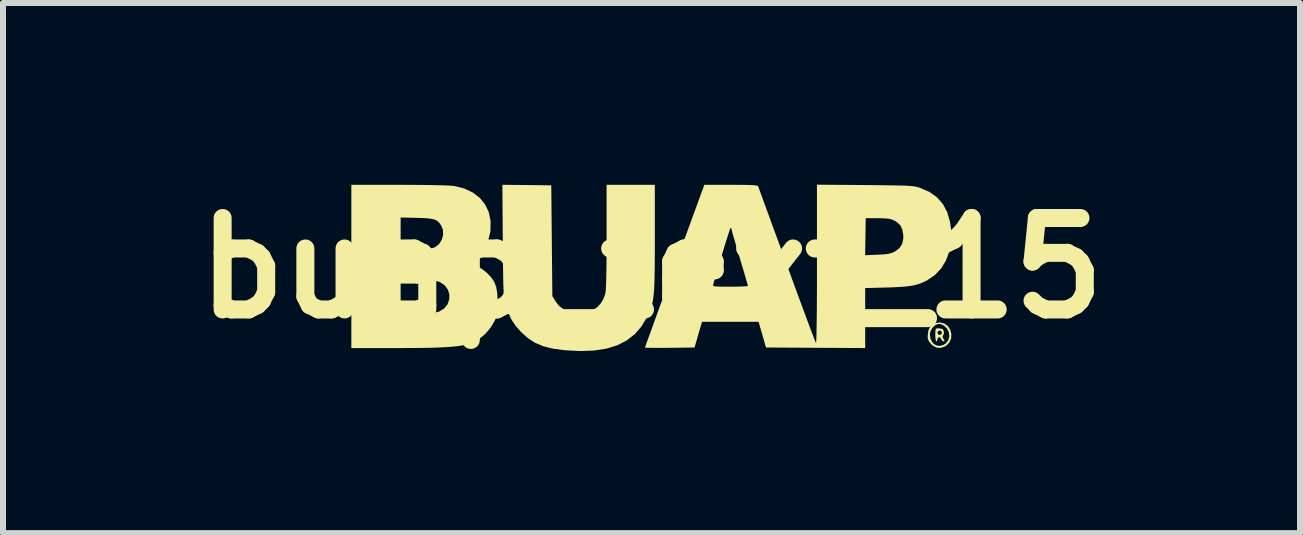
<source format=kicad_pcb>
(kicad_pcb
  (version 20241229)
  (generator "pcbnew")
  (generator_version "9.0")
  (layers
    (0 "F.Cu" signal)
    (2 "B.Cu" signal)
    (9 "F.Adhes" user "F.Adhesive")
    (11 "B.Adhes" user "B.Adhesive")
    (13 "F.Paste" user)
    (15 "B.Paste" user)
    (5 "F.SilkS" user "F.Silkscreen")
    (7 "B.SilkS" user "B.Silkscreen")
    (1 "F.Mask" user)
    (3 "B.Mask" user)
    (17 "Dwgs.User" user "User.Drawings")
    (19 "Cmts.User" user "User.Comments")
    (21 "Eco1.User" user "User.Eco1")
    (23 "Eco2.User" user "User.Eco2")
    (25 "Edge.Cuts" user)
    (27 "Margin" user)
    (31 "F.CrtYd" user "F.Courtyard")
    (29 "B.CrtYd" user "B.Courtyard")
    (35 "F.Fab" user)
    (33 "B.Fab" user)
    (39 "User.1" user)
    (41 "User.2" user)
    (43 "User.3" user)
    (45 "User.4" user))
  (footprint "buap_text_15"
    (layer "F.Cu")
    (at 7.809 1.418)
    (property "Reference" "buap_text_15" (at 0 0 0) (layer "F.SilkS") (effects (font (size 1.524 1.524) (thickness 0.3))))
    (attr board_only exclude_from_pos_files exclude_from_bom)
    (fp_poly (pts (xy 4.821 1.009) (xy 4.847 1.015) (xy 4.868 1.04) (xy 4.875 1.08) (xy 4.865 1.115) (xy 4.856 1.124) (xy 4.85 1.147) (xy 4.866 1.179) (xy 4.884 1.211) (xy 4.879 1.222) (xy 4.868 1.223) (xy 4.842 1.208) (xy 4.83 1.187) (xy 4.81 1.157) (xy 4.792 1.15) (xy 4.771 1.166) (xy 4.766 1.187) (xy 4.758 1.217) (xy 4.748 1.223) (xy 4.738 1.207) (xy 4.731 1.163) (xy 4.729 1.114) (xy 4.73 1.077) (xy 4.766 1.077) (xy 4.779 1.108) (xy 4.802 1.114) (xy 4.833 1.101) (xy 4.839 1.077) (xy 4.826 1.047) (xy 4.802 1.041) (xy 4.772 1.054) (xy 4.766 1.077) (xy 4.73 1.077) (xy 4.73 1.053) (xy 4.736 1.02) (xy 4.749 1.007) (xy 4.773 1.004) (xy 4.774 1.004)) (stroke (width 0) (type solid)) (fill yes) (layer "F.SilkS"))
    (fp_poly (pts (xy 4.807 0.907) (xy 4.881 0.924) (xy 4.939 0.967) (xy 4.978 1.028) (xy 4.997 1.1) (xy 4.994 1.173) (xy 4.965 1.24) (xy 4.911 1.294) (xy 4.906 1.298) (xy 4.826 1.33) (xy 4.751 1.327) (xy 4.681 1.287) (xy 4.664 1.271) (xy 4.623 1.222) (xy 4.605 1.176) (xy 4.602 1.135) (xy 4.606 1.105) (xy 4.638 1.105) (xy 4.652 1.187) (xy 4.688 1.249) (xy 4.741 1.287) (xy 4.804 1.298) (xy 4.871 1.278) (xy 4.9 1.259) (xy 4.945 1.203) (xy 4.963 1.137) (xy 4.955 1.068) (xy 4.924 1.006) (xy 4.875 0.958) (xy 4.809 0.933) (xy 4.784 0.931) (xy 4.734 0.947) (xy 4.687 0.989) (xy 4.652 1.045) (xy 4.638 1.104) (xy 4.638 1.105) (xy 4.606 1.105) (xy 4.614 1.038) (xy 4.652 0.967) (xy 4.713 0.922) (xy 4.795 0.906)) (stroke (width 0) (type solid)) (fill yes) (layer "F.SilkS"))
    (fp_poly (pts (xy -2.078 -1.384) (xy -1.671 -1.379) (xy -1.662 -0.455) (xy -1.653 0.469) (xy -1.597 0.558) (xy -1.542 0.63) (xy -1.469 0.684) (xy -1.442 0.699) (xy -1.387 0.726) (xy -1.34 0.741) (xy -1.288 0.747) (xy -1.216 0.746) (xy -1.196 0.746) (xy -1.076 0.733) (xy -0.981 0.703) (xy -0.905 0.652) (xy -0.846 0.588) (xy -0.805 0.52) (xy -0.774 0.441) (xy -0.769 0.42) (xy -0.763 0.375) (xy -0.759 0.296) (xy -0.755 0.182) (xy -0.752 0.036) (xy -0.75 -0.141) (xy -0.749 -0.348) (xy -0.749 -0.53) (xy -0.749 -1.388) (xy 0.055 -1.388) (xy 0.055 -0.501) (xy 0.055 -0.277) (xy 0.054 -0.086) (xy 0.052 0.076) (xy 0.049 0.212) (xy 0.045 0.326) (xy 0.038 0.42) (xy 0.029 0.5) (xy 0.018 0.567) (xy 0.004 0.626) (xy -0.014 0.68) (xy -0.035 0.733) (xy -0.061 0.788) (xy -0.073 0.813) (xy -0.165 0.969) (xy -0.277 1.1) (xy -0.412 1.205) (xy -0.569 1.286) (xy -0.75 1.342) (xy -0.956 1.374) (xy -1.189 1.383) (xy -1.449 1.369) (xy -1.466 1.367) (xy -1.649 1.342) (xy -1.804 1.303) (xy -1.938 1.247) (xy -2.057 1.171) (xy -2.168 1.072) (xy -2.178 1.062) (xy -2.266 0.961) (xy -2.333 0.861) (xy -2.385 0.749) (xy -2.43 0.612) (xy -2.431 0.61) (xy -2.44 0.576) (xy -2.448 0.544) (xy -2.454 0.508) (xy -2.459 0.467) (xy -2.464 0.416) (xy -2.467 0.352) (xy -2.47 0.272) (xy -2.472 0.172) (xy -2.474 0.049) (xy -2.476 -0.101) (xy -2.477 -0.281) (xy -2.479 -0.461) (xy -2.486 -1.388)) (stroke (width 0) (type solid)) (fill yes) (layer "F.SilkS"))
    (fp_poly (pts (xy -4.204 -1.388) (xy -4.022 -1.387) (xy -3.851 -1.386) (xy -3.695 -1.384) (xy -3.558 -1.381) (xy -3.444 -1.378) (xy -3.358 -1.374) (xy -3.302 -1.37) (xy -3.291 -1.369) (xy -3.122 -1.327) (xy -2.979 -1.259) (xy -2.861 -1.169) (xy -2.772 -1.058) (xy -2.711 -0.928) (xy -2.682 -0.781) (xy -2.685 -0.619) (xy -2.687 -0.602) (xy -2.723 -0.46) (xy -2.789 -0.338) (xy -2.884 -0.238) (xy -2.985 -0.171) (xy -3.05 -0.134) (xy -3.082 -0.108) (xy -3.08 -0.094) (xy -3.059 -0.091) (xy -3.01 -0.081) (xy -2.943 -0.052) (xy -2.868 -0.011) (xy -2.796 0.037) (xy -2.742 0.082) (xy -2.671 0.156) (xy -2.621 0.231) (xy -2.589 0.316) (xy -2.571 0.419) (xy -2.566 0.548) (xy -2.566 0.566) (xy -2.566 0.661) (xy -2.57 0.729) (xy -2.577 0.78) (xy -2.591 0.826) (xy -2.612 0.874) (xy -2.615 0.881) (xy -2.682 0.993) (xy -2.77 1.096) (xy -2.87 1.181) (xy -2.954 1.229) (xy -3.012 1.252) (xy -3.077 1.272) (xy -3.151 1.288) (xy -3.237 1.302) (xy -3.34 1.312) (xy -3.463 1.32) (xy -3.608 1.326) (xy -3.779 1.33) (xy -3.98 1.332) (xy -4.214 1.333) (xy -4.237 1.333) (xy -5.003 1.333) (xy -5.003 0.472) (xy -4.182 0.472) (xy -4.181 0.568) (xy -4.178 0.651) (xy -4.175 0.714) (xy -4.17 0.751) (xy -4.168 0.757) (xy -4.143 0.763) (xy -4.089 0.767) (xy -4.014 0.767) (xy -3.925 0.765) (xy -3.831 0.76) (xy -3.738 0.754) (xy -3.654 0.746) (xy -3.587 0.737) (xy -3.544 0.727) (xy -3.541 0.726) (xy -3.457 0.674) (xy -3.401 0.605) (xy -3.372 0.525) (xy -3.369 0.442) (xy -3.393 0.362) (xy -3.444 0.291) (xy -3.52 0.237) (xy -3.559 0.222) (xy -3.601 0.214) (xy -3.672 0.207) (xy -3.765 0.203) (xy -3.872 0.201) (xy -3.901 0.201) (xy -4.182 0.201) (xy -4.182 0.472) (xy -5.003 0.472) (xy -5.003 -0.843) (xy -4.182 -0.843) (xy -4.182 -0.307) (xy -3.921 -0.313) (xy -3.797 -0.318) (xy -3.705 -0.325) (xy -3.642 -0.336) (xy -3.608 -0.347) (xy -3.541 -0.4) (xy -3.495 -0.474) (xy -3.473 -0.558) (xy -3.478 -0.643) (xy -3.504 -0.707) (xy -3.535 -0.751) (xy -3.568 -0.784) (xy -3.609 -0.806) (xy -3.664 -0.821) (xy -3.74 -0.83) (xy -3.844 -0.835) (xy -3.911 -0.837) (xy -4.182 -0.843) (xy -5.003 -0.843) (xy -5.003 -1.388)) (stroke (width 0) (type solid)) (fill yes) (layer "F.SilkS"))
    (fp_poly (pts (xy 3.556 -1.384) (xy 3.749 -1.382) (xy 3.908 -1.38) (xy 4.039 -1.378) (xy 4.144 -1.376) (xy 4.227 -1.374) (xy 4.293 -1.37) (xy 4.344 -1.366) (xy 4.384 -1.36) (xy 4.418 -1.354) (xy 4.448 -1.346) (xy 4.477 -1.336) (xy 4.63 -1.27) (xy 4.756 -1.181) (xy 4.855 -1.069) (xy 4.928 -0.932) (xy 4.975 -0.77) (xy 4.993 -0.639) (xy 4.995 -0.457) (xy 4.966 -0.286) (xy 4.91 -0.131) (xy 4.828 0.005) (xy 4.721 0.118) (xy 4.592 0.205) (xy 4.585 0.209) (xy 4.513 0.243) (xy 4.442 0.269) (xy 4.365 0.289) (xy 4.277 0.303) (xy 4.17 0.313) (xy 4.038 0.32) (xy 3.921 0.324) (xy 3.561 0.333) (xy 3.561 1.333) (xy 1.908 1.324) (xy 1.784 0.895) (xy 0.842 0.895) (xy 0.805 1.018) (xy 0.782 1.098) (xy 0.759 1.179) (xy 0.743 1.233) (xy 0.717 1.324) (xy 0.304 1.329) (xy 0.185 1.33) (xy 0.08 1.33) (xy -0.007 1.329) (xy -0.07 1.328) (xy -0.105 1.326) (xy -0.11 1.324) (xy -0.103 1.306) (xy -0.086 1.256) (xy -0.057 1.178) (xy -0.019 1.073) (xy 0.028 0.944) (xy 0.082 0.794) (xy 0.143 0.626) (xy 0.211 0.442) (xy 0.266 0.29) (xy 1.026 0.29) (xy 1.035 0.299) (xy 1.058 0.305) (xy 1.101 0.308) (xy 1.168 0.31) (xy 1.265 0.31) (xy 1.313 0.31) (xy 1.412 0.31) (xy 1.496 0.307) (xy 1.561 0.304) (xy 1.599 0.3) (xy 1.607 0.297) (xy 1.602 0.276) (xy 1.587 0.226) (xy 1.565 0.149) (xy 1.537 0.053) (xy 1.503 -0.06) (xy 1.47 -0.172) (xy 1.433 -0.295) (xy 1.4 -0.408) (xy 1.372 -0.505) (xy 1.35 -0.581) (xy 1.337 -0.632) (xy 1.333 -0.651) (xy 1.325 -0.673) (xy 1.319 -0.675) (xy 1.312 -0.659) (xy 1.295 -0.612) (xy 1.272 -0.541) (xy 1.243 -0.45) (xy 1.211 -0.346) (xy 1.176 -0.232) (xy 1.14 -0.114) (xy 1.106 0.002) (xy 1.074 0.111) (xy 1.046 0.209) (xy 1.027 0.278) (xy 1.026 0.29) (xy 0.266 0.29) (xy 0.282 0.245) (xy 0.358 0.038) (xy 0.367 0.014) (xy 0.444 -0.195) (xy 0.517 -0.396) (xy 0.586 -0.584) (xy 0.65 -0.758) (xy 0.707 -0.914) (xy 0.757 -1.05) (xy 0.798 -1.163) (xy 0.83 -1.251) (xy 0.852 -1.309) (xy 0.862 -1.337) (xy 0.862 -1.338) (xy 0.88 -1.388) (xy 1.324 -1.388) (xy 1.471 -1.387) (xy 1.585 -1.386) (xy 1.669 -1.383) (xy 1.726 -1.379) (xy 1.761 -1.374) (xy 1.775 -1.366) (xy 1.776 -1.365) (xy 1.784 -1.345) (xy 1.803 -1.292) (xy 1.832 -1.212) (xy 1.871 -1.104) (xy 1.919 -0.974) (xy 1.974 -0.823) (xy 2.036 -0.653) (xy 2.104 -0.469) (xy 2.176 -0.272) (xy 2.251 -0.065) (xy 2.255 -0.055) (xy 2.331 0.153) (xy 2.403 0.35) (xy 2.471 0.535) (xy 2.534 0.704) (xy 2.59 0.856) (xy 2.639 0.987) (xy 2.68 1.095) (xy 2.711 1.176) (xy 2.732 1.229) (xy 2.741 1.25) (xy 2.741 1.25) (xy 2.744 1.235) (xy 2.747 1.186) (xy 2.749 1.106) (xy 2.751 0.995) (xy 2.753 0.858) (xy 2.755 0.696) (xy 2.756 0.512) (xy 2.757 0.308) (xy 2.757 0.086) (xy 2.757 -0.062) (xy 2.757 -0.214) (xy 3.56 -0.214) (xy 3.766 -0.223) (xy 3.867 -0.228) (xy 3.94 -0.236) (xy 3.995 -0.249) (xy 4.04 -0.267) (xy 4.047 -0.27) (xy 4.128 -0.328) (xy 4.177 -0.401) (xy 4.197 -0.495) (xy 4.196 -0.549) (xy 4.179 -0.647) (xy 4.142 -0.719) (xy 4.079 -0.774) (xy 4.043 -0.794) (xy 4.003 -0.811) (xy 3.956 -0.822) (xy 3.894 -0.828) (xy 3.808 -0.831) (xy 3.771 -0.831) (xy 3.57 -0.831) (xy 3.56 -0.214) (xy 2.757 -0.214) (xy 2.757 -1.39)) (stroke (width 0) (type solid)) (fill yes) (layer "F.SilkS")))
  (gr_rect
    (start -3 -3)
    (end 18.617 5.836)
    (stroke (width 0.1) (type default))
    (fill no)
    (layer "Edge.Cuts")))
</source>
